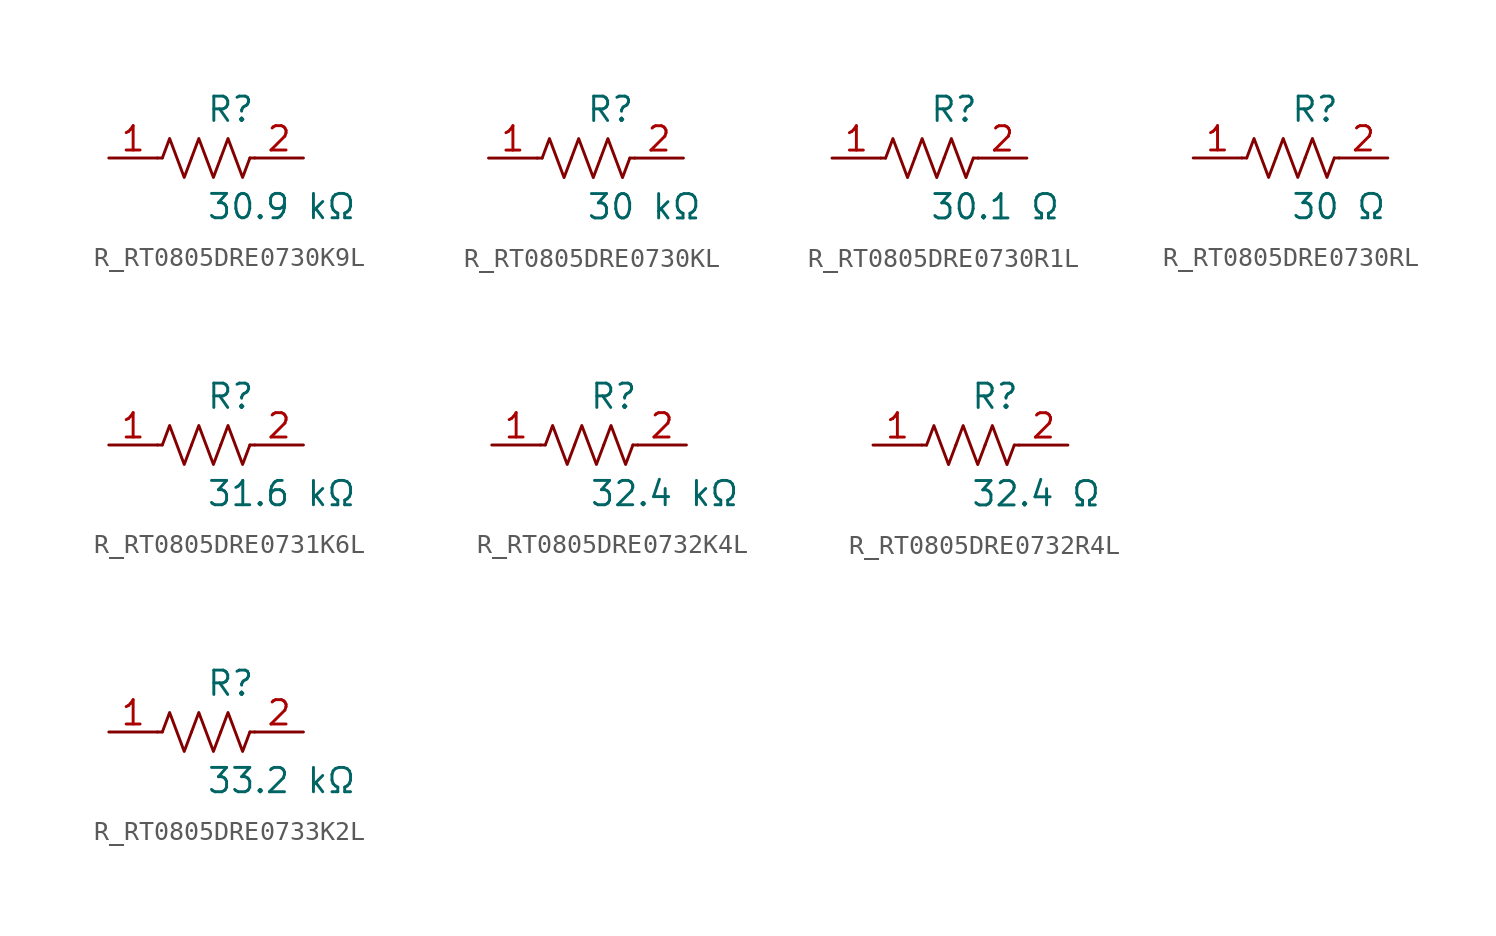
<source format=kicad_sym>
(kicad_symbol_lib
  (version 20231120)
  (generator kicad_symbol_editor)
  (generator_version 8.0)
  (symbol "R_RT0805DRE0730K9L"
    (pin_names
      (offset 0.254))
    (property "Reference" "R"
      (at 0 2.54 0)
      (effects (font (size 1.27 1.27)) (justify left)))
    (property "Value" "30.9 kΩ"
      (at 0 -2.54 0)
      (effects (font (size 1.27 1.27)) (justify left)))
    (symbol "R_RT0805DRE0730K9L_0_1"
      (polyline (pts (xy 2.286 0) (xy 2.54 0)) (stroke (width 0) (type default)) (fill (type none)))
      (polyline (pts (xy -2.286 0) (xy -2.54 0)) (stroke (width 0) (type default)) (fill (type none)))
      (polyline (pts (xy 0.762 0) (xy 1.143 1.016) (xy 1.524 0) (xy 1.905 -1.016) (xy 2.286 0)) (stroke (width 0) (type default)) (fill (type none)))
      (polyline (pts (xy -0.762 0) (xy -0.381 1.016) (xy 0 0) (xy 0.381 -1.016) (xy 0.762 0)) (stroke (width 0) (type default)) (fill (type none)))
      (polyline (pts (xy -2.286 0) (xy -1.905 1.016) (xy -1.524 0) (xy -1.143 -1.016) (xy -0.762 0)) (stroke (width 0) (type default)) (fill (type none))))
    (pin passive line
      (at -5.08 0 0)
      (length 2.54)
      (name "" (effects (font (size 1.27 1.27))))
      (number "1" (effects (font (size 1.27 1.27)))))
    (pin passive line
      (at 5.08 0 180)
      (length 2.54)
      (name "" (effects (font (size 1.27 1.27))))
      (number "2" (effects (font (size 1.27 1.27))))))
  (symbol "R_RT0805DRE0730KL"
    (pin_names
      (offset 0.254))
    (property "Reference" "R"
      (at 0 2.54 0)
      (effects (font (size 1.27 1.27)) (justify left)))
    (property "Value" "30 kΩ"
      (at 0 -2.54 0)
      (effects (font (size 1.27 1.27)) (justify left)))
    (symbol "R_RT0805DRE0730KL_0_1"
      (polyline (pts (xy 2.286 0) (xy 2.54 0)) (stroke (width 0) (type default)) (fill (type none)))
      (polyline (pts (xy -2.286 0) (xy -2.54 0)) (stroke (width 0) (type default)) (fill (type none)))
      (polyline (pts (xy 0.762 0) (xy 1.143 1.016) (xy 1.524 0) (xy 1.905 -1.016) (xy 2.286 0)) (stroke (width 0) (type default)) (fill (type none)))
      (polyline (pts (xy -0.762 0) (xy -0.381 1.016) (xy 0 0) (xy 0.381 -1.016) (xy 0.762 0)) (stroke (width 0) (type default)) (fill (type none)))
      (polyline (pts (xy -2.286 0) (xy -1.905 1.016) (xy -1.524 0) (xy -1.143 -1.016) (xy -0.762 0)) (stroke (width 0) (type default)) (fill (type none))))
    (pin passive line
      (at -5.08 0 0)
      (length 2.54)
      (name "" (effects (font (size 1.27 1.27))))
      (number "1" (effects (font (size 1.27 1.27)))))
    (pin passive line
      (at 5.08 0 180)
      (length 2.54)
      (name "" (effects (font (size 1.27 1.27))))
      (number "2" (effects (font (size 1.27 1.27))))))
  (symbol "R_RT0805DRE0730R1L"
    (pin_names
      (offset 0.254))
    (property "Reference" "R"
      (at 0 2.54 0)
      (effects (font (size 1.27 1.27)) (justify left)))
    (property "Value" "30.1 Ω"
      (at 0 -2.54 0)
      (effects (font (size 1.27 1.27)) (justify left)))
    (symbol "R_RT0805DRE0730R1L_0_1"
      (polyline (pts (xy 2.286 0) (xy 2.54 0)) (stroke (width 0) (type default)) (fill (type none)))
      (polyline (pts (xy -2.286 0) (xy -2.54 0)) (stroke (width 0) (type default)) (fill (type none)))
      (polyline (pts (xy 0.762 0) (xy 1.143 1.016) (xy 1.524 0) (xy 1.905 -1.016) (xy 2.286 0)) (stroke (width 0) (type default)) (fill (type none)))
      (polyline (pts (xy -0.762 0) (xy -0.381 1.016) (xy 0 0) (xy 0.381 -1.016) (xy 0.762 0)) (stroke (width 0) (type default)) (fill (type none)))
      (polyline (pts (xy -2.286 0) (xy -1.905 1.016) (xy -1.524 0) (xy -1.143 -1.016) (xy -0.762 0)) (stroke (width 0) (type default)) (fill (type none))))
    (pin passive line
      (at -5.08 0 0)
      (length 2.54)
      (name "" (effects (font (size 1.27 1.27))))
      (number "1" (effects (font (size 1.27 1.27)))))
    (pin passive line
      (at 5.08 0 180)
      (length 2.54)
      (name "" (effects (font (size 1.27 1.27))))
      (number "2" (effects (font (size 1.27 1.27))))))
  (symbol "R_RT0805DRE0730RL"
    (pin_names
      (offset 0.254))
    (property "Reference" "R"
      (at 0 2.54 0)
      (effects (font (size 1.27 1.27)) (justify left)))
    (property "Value" "30 Ω"
      (at 0 -2.54 0)
      (effects (font (size 1.27 1.27)) (justify left)))
    (symbol "R_RT0805DRE0730RL_0_1"
      (polyline (pts (xy 2.286 0) (xy 2.54 0)) (stroke (width 0) (type default)) (fill (type none)))
      (polyline (pts (xy -2.286 0) (xy -2.54 0)) (stroke (width 0) (type default)) (fill (type none)))
      (polyline (pts (xy 0.762 0) (xy 1.143 1.016) (xy 1.524 0) (xy 1.905 -1.016) (xy 2.286 0)) (stroke (width 0) (type default)) (fill (type none)))
      (polyline (pts (xy -0.762 0) (xy -0.381 1.016) (xy 0 0) (xy 0.381 -1.016) (xy 0.762 0)) (stroke (width 0) (type default)) (fill (type none)))
      (polyline (pts (xy -2.286 0) (xy -1.905 1.016) (xy -1.524 0) (xy -1.143 -1.016) (xy -0.762 0)) (stroke (width 0) (type default)) (fill (type none))))
    (pin passive line
      (at -5.08 0 0)
      (length 2.54)
      (name "" (effects (font (size 1.27 1.27))))
      (number "1" (effects (font (size 1.27 1.27)))))
    (pin passive line
      (at 5.08 0 180)
      (length 2.54)
      (name "" (effects (font (size 1.27 1.27))))
      (number "2" (effects (font (size 1.27 1.27))))))
  (symbol "R_RT0805DRE0731K6L"
    (pin_names
      (offset 0.254))
    (property "Reference" "R"
      (at 0 2.54 0)
      (effects (font (size 1.27 1.27)) (justify left)))
    (property "Value" "31.6 kΩ"
      (at 0 -2.54 0)
      (effects (font (size 1.27 1.27)) (justify left)))
    (symbol "R_RT0805DRE0731K6L_0_1"
      (polyline (pts (xy 2.286 0) (xy 2.54 0)) (stroke (width 0) (type default)) (fill (type none)))
      (polyline (pts (xy -2.286 0) (xy -2.54 0)) (stroke (width 0) (type default)) (fill (type none)))
      (polyline (pts (xy 0.762 0) (xy 1.143 1.016) (xy 1.524 0) (xy 1.905 -1.016) (xy 2.286 0)) (stroke (width 0) (type default)) (fill (type none)))
      (polyline (pts (xy -0.762 0) (xy -0.381 1.016) (xy 0 0) (xy 0.381 -1.016) (xy 0.762 0)) (stroke (width 0) (type default)) (fill (type none)))
      (polyline (pts (xy -2.286 0) (xy -1.905 1.016) (xy -1.524 0) (xy -1.143 -1.016) (xy -0.762 0)) (stroke (width 0) (type default)) (fill (type none))))
    (pin passive line
      (at -5.08 0 0)
      (length 2.54)
      (name "" (effects (font (size 1.27 1.27))))
      (number "1" (effects (font (size 1.27 1.27)))))
    (pin passive line
      (at 5.08 0 180)
      (length 2.54)
      (name "" (effects (font (size 1.27 1.27))))
      (number "2" (effects (font (size 1.27 1.27))))))
  (symbol "R_RT0805DRE0732K4L"
    (pin_names
      (offset 0.254))
    (property "Reference" "R"
      (at 0 2.54 0)
      (effects (font (size 1.27 1.27)) (justify left)))
    (property "Value" "32.4 kΩ"
      (at 0 -2.54 0)
      (effects (font (size 1.27 1.27)) (justify left)))
    (symbol "R_RT0805DRE0732K4L_0_1"
      (polyline (pts (xy 2.286 0) (xy 2.54 0)) (stroke (width 0) (type default)) (fill (type none)))
      (polyline (pts (xy -2.286 0) (xy -2.54 0)) (stroke (width 0) (type default)) (fill (type none)))
      (polyline (pts (xy 0.762 0) (xy 1.143 1.016) (xy 1.524 0) (xy 1.905 -1.016) (xy 2.286 0)) (stroke (width 0) (type default)) (fill (type none)))
      (polyline (pts (xy -0.762 0) (xy -0.381 1.016) (xy 0 0) (xy 0.381 -1.016) (xy 0.762 0)) (stroke (width 0) (type default)) (fill (type none)))
      (polyline (pts (xy -2.286 0) (xy -1.905 1.016) (xy -1.524 0) (xy -1.143 -1.016) (xy -0.762 0)) (stroke (width 0) (type default)) (fill (type none))))
    (pin passive line
      (at -5.08 0 0)
      (length 2.54)
      (name "" (effects (font (size 1.27 1.27))))
      (number "1" (effects (font (size 1.27 1.27)))))
    (pin passive line
      (at 5.08 0 180)
      (length 2.54)
      (name "" (effects (font (size 1.27 1.27))))
      (number "2" (effects (font (size 1.27 1.27))))))
  (symbol "R_RT0805DRE0732R4L"
    (pin_names
      (offset 0.254))
    (property "Reference" "R"
      (at 0 2.54 0)
      (effects (font (size 1.27 1.27)) (justify left)))
    (property "Value" "32.4 Ω"
      (at 0 -2.54 0)
      (effects (font (size 1.27 1.27)) (justify left)))
    (symbol "R_RT0805DRE0732R4L_0_1"
      (polyline (pts (xy 2.286 0) (xy 2.54 0)) (stroke (width 0) (type default)) (fill (type none)))
      (polyline (pts (xy -2.286 0) (xy -2.54 0)) (stroke (width 0) (type default)) (fill (type none)))
      (polyline (pts (xy 0.762 0) (xy 1.143 1.016) (xy 1.524 0) (xy 1.905 -1.016) (xy 2.286 0)) (stroke (width 0) (type default)) (fill (type none)))
      (polyline (pts (xy -0.762 0) (xy -0.381 1.016) (xy 0 0) (xy 0.381 -1.016) (xy 0.762 0)) (stroke (width 0) (type default)) (fill (type none)))
      (polyline (pts (xy -2.286 0) (xy -1.905 1.016) (xy -1.524 0) (xy -1.143 -1.016) (xy -0.762 0)) (stroke (width 0) (type default)) (fill (type none))))
    (pin passive line
      (at -5.08 0 0)
      (length 2.54)
      (name "" (effects (font (size 1.27 1.27))))
      (number "1" (effects (font (size 1.27 1.27)))))
    (pin passive line
      (at 5.08 0 180)
      (length 2.54)
      (name "" (effects (font (size 1.27 1.27))))
      (number "2" (effects (font (size 1.27 1.27))))))
  (symbol "R_RT0805DRE0733K2L"
    (pin_names
      (offset 0.254))
    (property "Reference" "R"
      (at 0 2.54 0)
      (effects (font (size 1.27 1.27)) (justify left)))
    (property "Value" "33.2 kΩ"
      (at 0 -2.54 0)
      (effects (font (size 1.27 1.27)) (justify left)))
    (symbol "R_RT0805DRE0733K2L_0_1"
      (polyline (pts (xy 2.286 0) (xy 2.54 0)) (stroke (width 0) (type default)) (fill (type none)))
      (polyline (pts (xy -2.286 0) (xy -2.54 0)) (stroke (width 0) (type default)) (fill (type none)))
      (polyline (pts (xy 0.762 0) (xy 1.143 1.016) (xy 1.524 0) (xy 1.905 -1.016) (xy 2.286 0)) (stroke (width 0) (type default)) (fill (type none)))
      (polyline (pts (xy -0.762 0) (xy -0.381 1.016) (xy 0 0) (xy 0.381 -1.016) (xy 0.762 0)) (stroke (width 0) (type default)) (fill (type none)))
      (polyline (pts (xy -2.286 0) (xy -1.905 1.016) (xy -1.524 0) (xy -1.143 -1.016) (xy -0.762 0)) (stroke (width 0) (type default)) (fill (type none))))
    (pin passive line
      (at -5.08 0 0)
      (length 2.54)
      (name "" (effects (font (size 1.27 1.27))))
      (number "1" (effects (font (size 1.27 1.27)))))
    (pin passive line
      (at 5.08 0 180)
      (length 2.54)
      (name "" (effects (font (size 1.27 1.27))))
      (number "2" (effects (font (size 1.27 1.27)))))))
</source>
